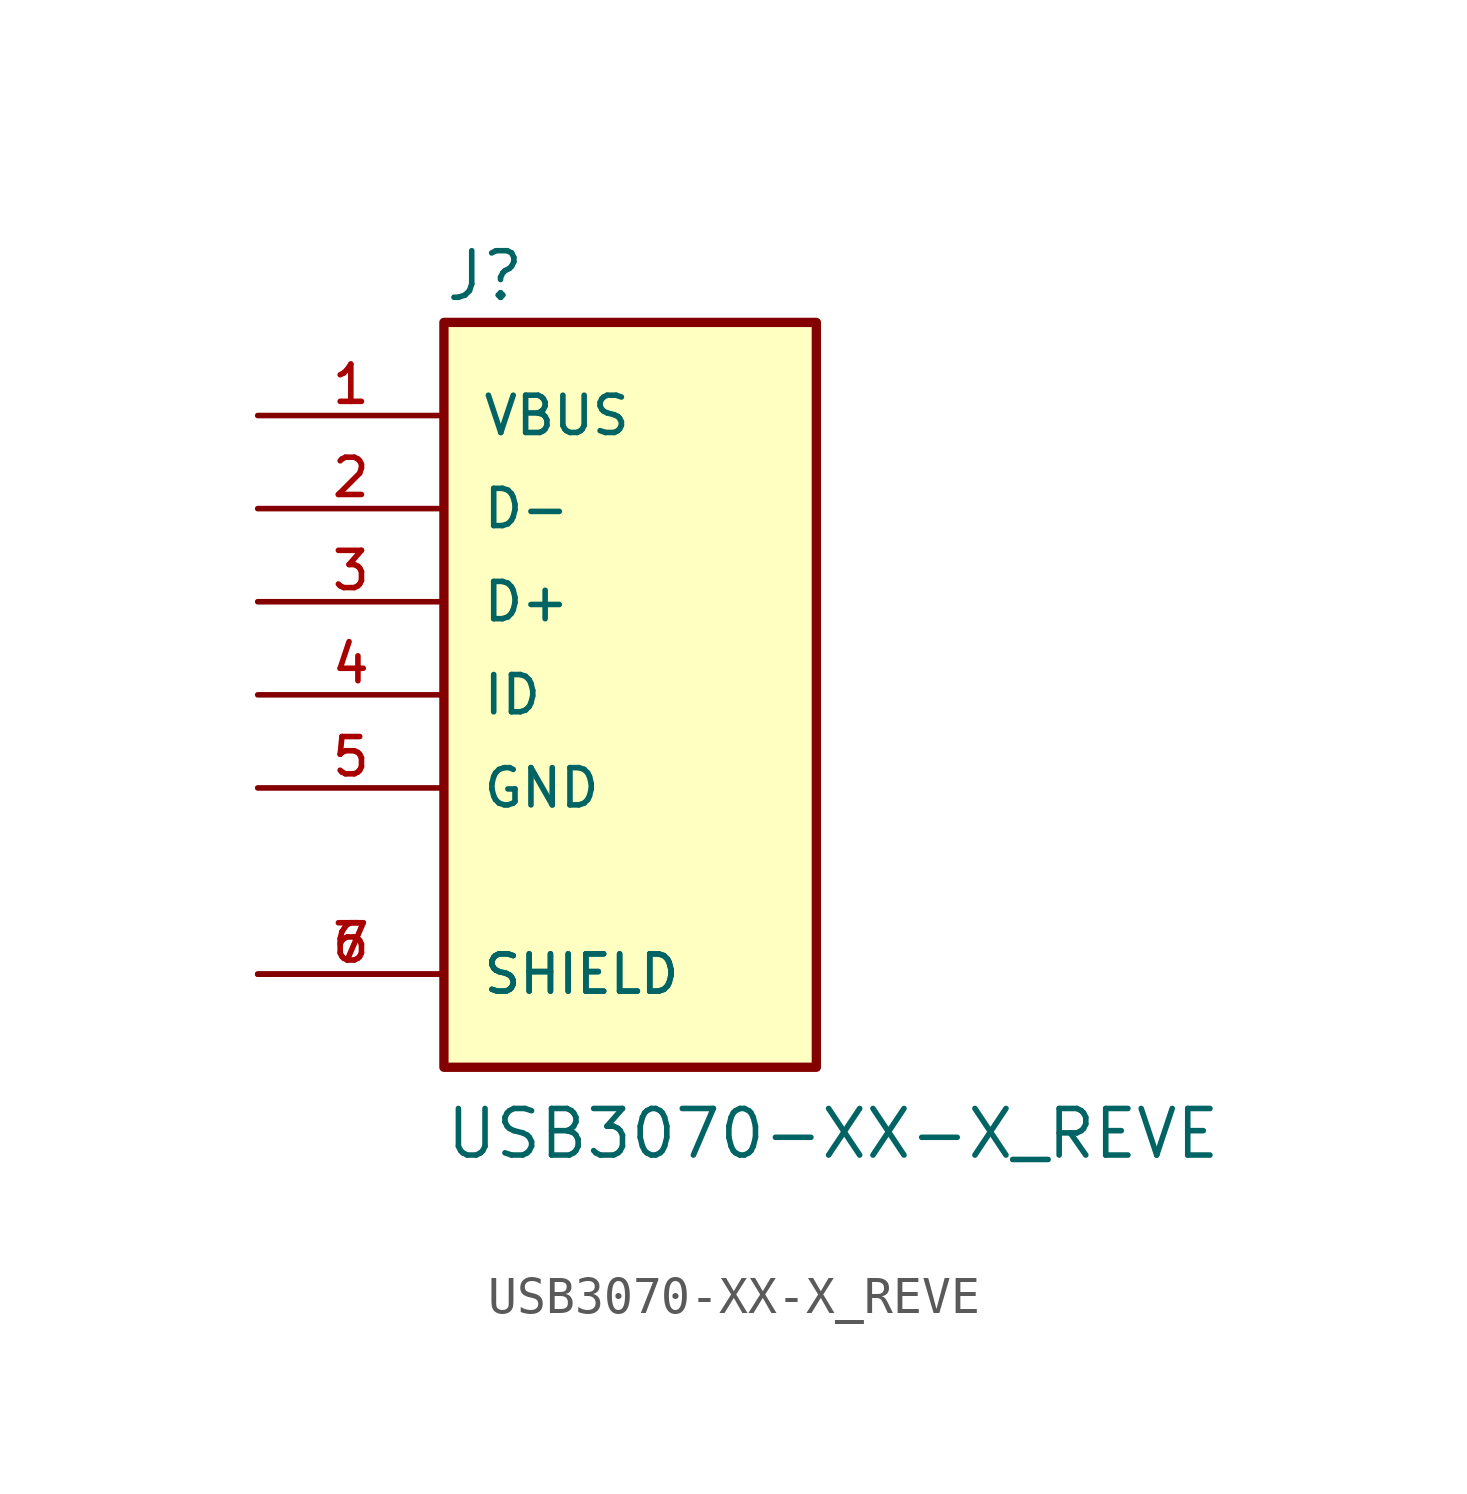
<source format=kicad_sym>
(kicad_symbol_lib
  (version 20211014)
  (generator kicad_symbol_editor)
  (symbol "USB3070-XX-X_REVE"
    (pin_names
      (offset 1.016))
    (property "Reference" "J"
      (at -5.087 10.683 0)
      (effects (font (size 1.27 1.27)) (justify bottom left)))
    (property "Value" "USB3070-XX-X_REVE"
      (at -5.087 -12.718 0)
      (effects (font (size 1.27 1.27)) (justify bottom left)))
    (symbol "USB3070-XX-X_REVE_0_0"
      (rectangle (start -5.08 -10.16) (end 5.08 10.16) (stroke (width 0.254)) (fill (type background)))
      (pin power_in line (at -10.16 7.62 0) (length 5.08) (name "VBUS" (effects (font (size 1.016 1.016)))) (number "1" (effects (font (size 1.016 1.016)))))
      (pin bidirectional line (at -10.16 5.08 0) (length 5.08) (name "D-" (effects (font (size 1.016 1.016)))) (number "2" (effects (font (size 1.016 1.016)))))
      (pin bidirectional line (at -10.16 2.54 0) (length 5.08) (name "D+" (effects (font (size 1.016 1.016)))) (number "3" (effects (font (size 1.016 1.016)))))
      (pin power_in line (at -10.16 -2.54 0) (length 5.08) (name "GND" (effects (font (size 1.016 1.016)))) (number "5" (effects (font (size 1.016 1.016)))))
      (pin power_in line (at -10.16 -7.62 0) (length 5.08) (name "SHIELD" (effects (font (size 1.016 1.016)))) (number "6" (effects (font (size 1.016 1.016)))))
      (pin power_in line (at -10.16 -7.62 0) (length 5.08) (name "SHIELD" (effects (font (size 1.016 1.016)))) (number "7" (effects (font (size 1.016 1.016)))))
      (pin bidirectional line (at -10.16 0.0 0) (length 5.08) (name "ID" (effects (font (size 1.016 1.016)))) (number "4" (effects (font (size 1.016 1.016))))))))
</source>
